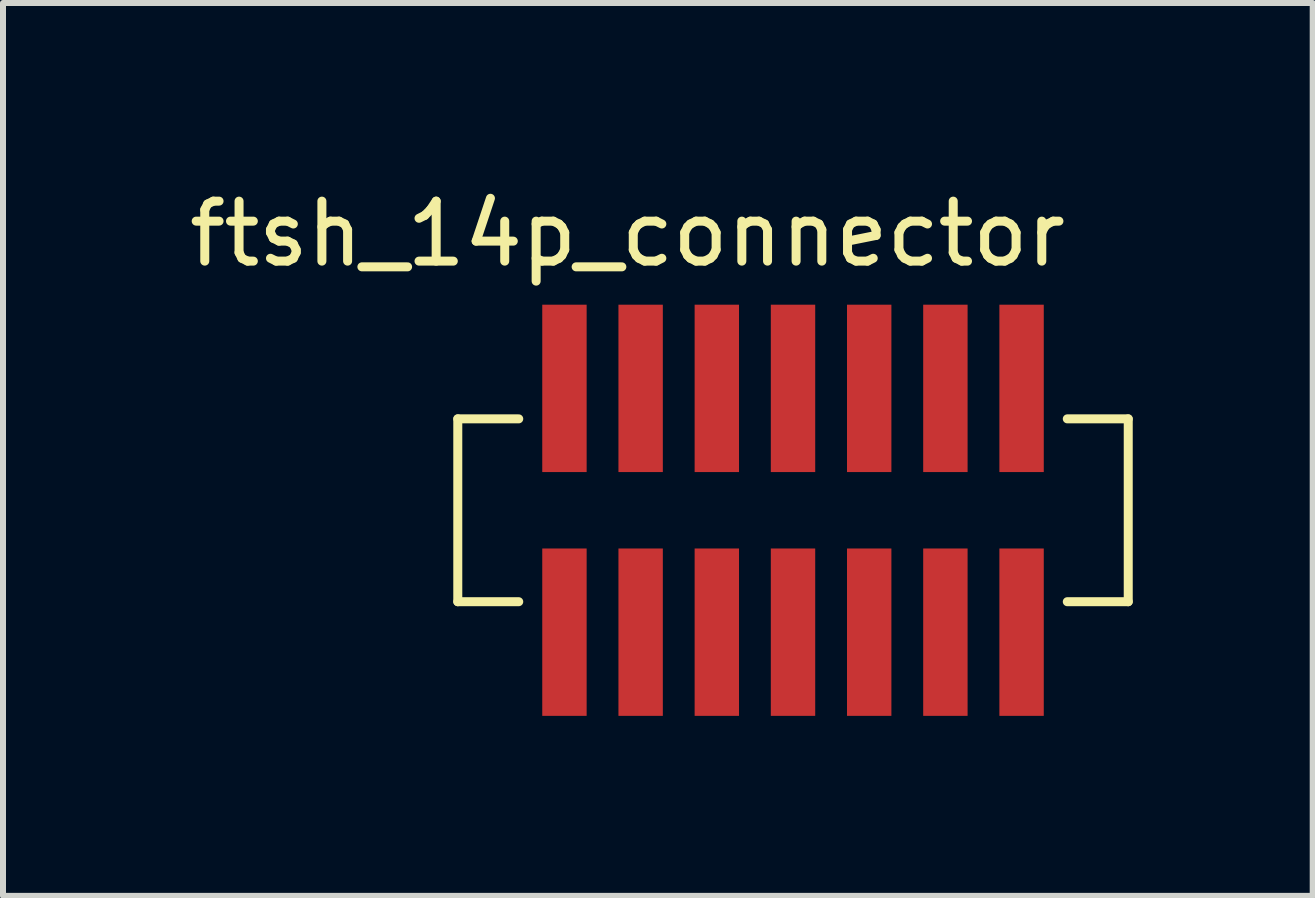
<source format=kicad_pcb>
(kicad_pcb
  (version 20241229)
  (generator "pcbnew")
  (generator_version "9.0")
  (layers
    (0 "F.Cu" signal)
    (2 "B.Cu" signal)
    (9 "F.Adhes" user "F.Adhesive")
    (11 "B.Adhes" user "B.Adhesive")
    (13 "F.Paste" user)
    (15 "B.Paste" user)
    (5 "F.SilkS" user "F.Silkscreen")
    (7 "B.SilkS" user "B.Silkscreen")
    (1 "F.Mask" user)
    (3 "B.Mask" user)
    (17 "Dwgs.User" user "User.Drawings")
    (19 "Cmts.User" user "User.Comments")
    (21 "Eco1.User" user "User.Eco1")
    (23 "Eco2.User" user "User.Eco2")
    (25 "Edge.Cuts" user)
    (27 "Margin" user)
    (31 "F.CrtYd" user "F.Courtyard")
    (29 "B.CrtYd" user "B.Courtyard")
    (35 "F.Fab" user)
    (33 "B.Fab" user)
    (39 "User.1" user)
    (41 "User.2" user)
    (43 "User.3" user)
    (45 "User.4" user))
  (footprint "ftsh_14p_connector"
    (layer "F.Cu")
    (at 10.169 5.456)
    (property "Reference" "ftsh_14p_connector" (at -2.758 -4.608 0) (layer "F.SilkS") (effects (font (size 1 1) (thickness 0.15))))
    (attr through_hole)
    (fp_line (start -5.588 -1.524) (end -5.588 1.524) (stroke (width 0.15) (type solid)) (layer "F.SilkS"))
    (fp_line (start -5.588 1.524) (end -4.572 1.524) (stroke (width 0.15) (type solid)) (layer "F.SilkS"))
    (fp_line (start -4.572 -1.524) (end -5.588 -1.524) (stroke (width 0.15) (type solid)) (layer "F.SilkS"))
    (fp_line (start 4.572 -1.524) (end 5.588 -1.524) (stroke (width 0.15) (type solid)) (layer "F.SilkS"))
    (fp_line (start 5.588 -1.524) (end 5.588 1.524) (stroke (width 0.15) (type solid)) (layer "F.SilkS"))
    (fp_line (start 5.588 1.524) (end 4.572 1.524) (stroke (width 0.15) (type solid)) (layer "F.SilkS"))
    (pad "1" smd rect (at -3.81 2.032) (size 0.74 2.79) (layers "F.Cu" "F.Mask" "F.Paste"))
    (pad "2" smd rect (at -3.81 -2.032) (size 0.74 2.79) (layers "F.Cu" "F.Mask" "F.Paste"))
    (pad "3" smd rect (at -2.54 2.032) (size 0.74 2.79) (layers "F.Cu" "F.Mask" "F.Paste"))
    (pad "4" smd rect (at -2.54 -2.032) (size 0.74 2.79) (layers "F.Cu" "F.Mask" "F.Paste"))
    (pad "5" smd rect (at -1.27 2.032) (size 0.74 2.79) (layers "F.Cu" "F.Mask" "F.Paste"))
    (pad "6" smd rect (at -1.27 -2.032) (size 0.74 2.79) (layers "F.Cu" "F.Mask" "F.Paste"))
    (pad "7" smd rect (at 0 2.032) (size 0.74 2.79) (layers "F.Cu" "F.Mask" "F.Paste"))
    (pad "8" smd rect (at 0 -2.032) (size 0.74 2.79) (layers "F.Cu" "F.Mask" "F.Paste"))
    (pad "9" smd rect (at 1.27 2.032) (size 0.74 2.79) (layers "F.Cu" "F.Mask" "F.Paste"))
    (pad "10" smd rect (at 1.27 -2.032) (size 0.74 2.79) (layers "F.Cu" "F.Mask" "F.Paste"))
    (pad "11" smd rect (at 2.54 2.032) (size 0.74 2.79) (layers "F.Cu" "F.Mask" "F.Paste"))
    (pad "12" smd rect (at 2.54 -2.032) (size 0.74 2.79) (layers "F.Cu" "F.Mask" "F.Paste"))
    (pad "13" smd rect (at 3.81 2.032) (size 0.74 2.79) (layers "F.Cu" "F.Mask" "F.Paste"))
    (pad "14" smd rect (at 3.81 -2.032) (size 0.74 2.79) (layers "F.Cu" "F.Mask" "F.Paste")))
  (gr_rect
    (start -3 -3)
    (end 18.832 11.883)
    (stroke (width 0.1) (type default))
    (fill no)
    (layer "Edge.Cuts")))
</source>
